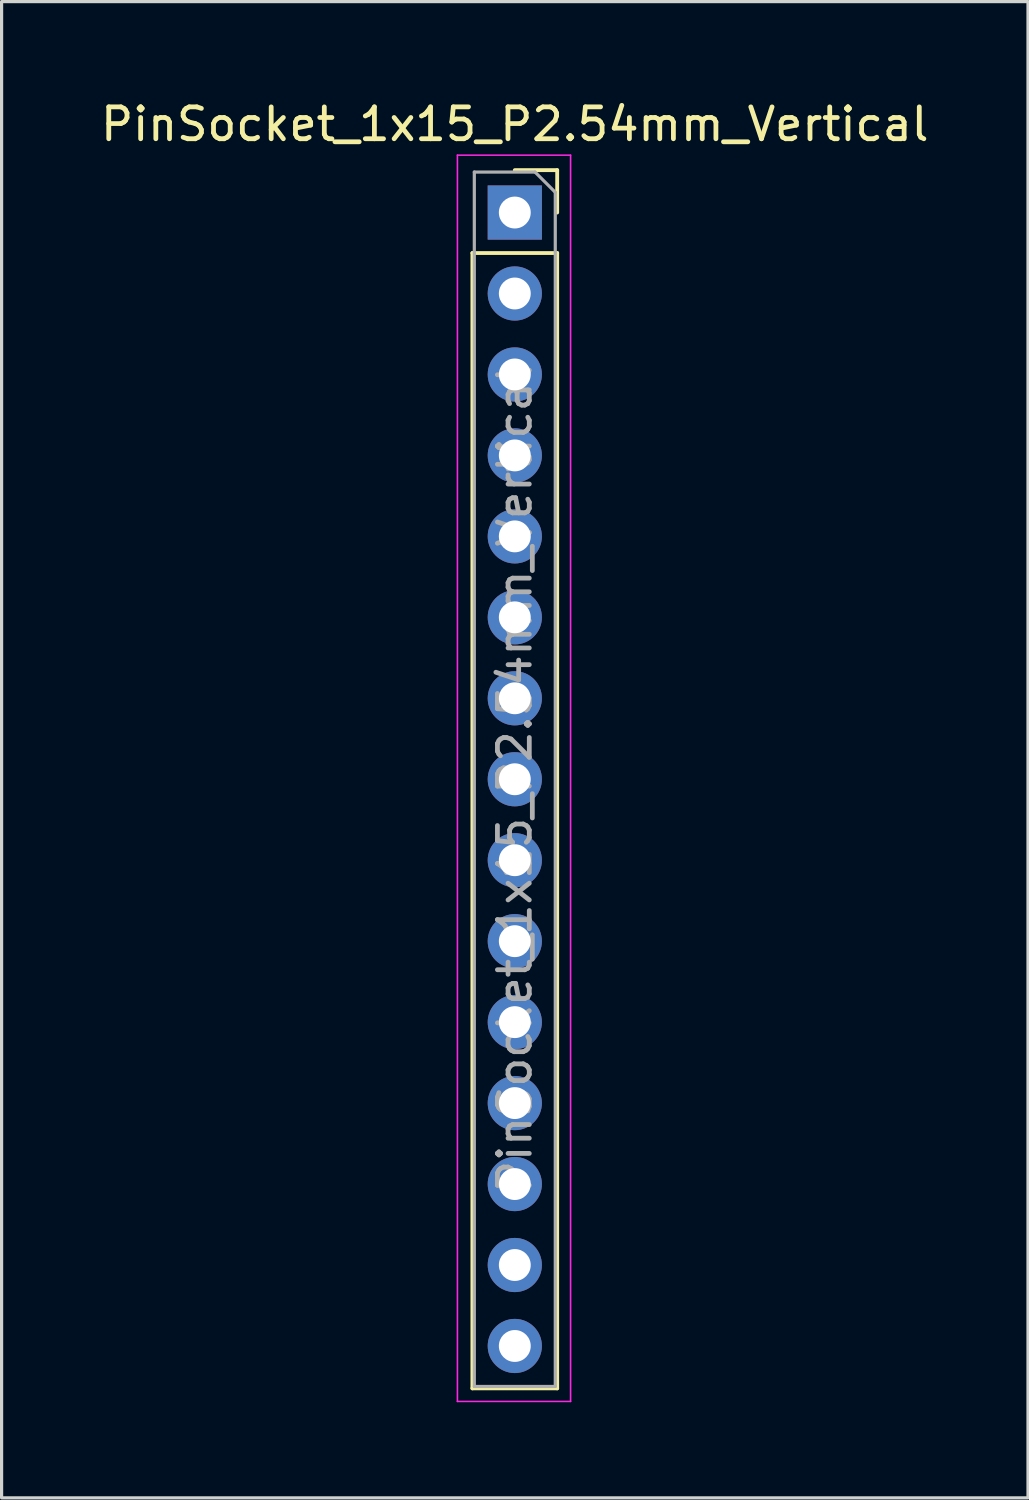
<source format=kicad_pcb>
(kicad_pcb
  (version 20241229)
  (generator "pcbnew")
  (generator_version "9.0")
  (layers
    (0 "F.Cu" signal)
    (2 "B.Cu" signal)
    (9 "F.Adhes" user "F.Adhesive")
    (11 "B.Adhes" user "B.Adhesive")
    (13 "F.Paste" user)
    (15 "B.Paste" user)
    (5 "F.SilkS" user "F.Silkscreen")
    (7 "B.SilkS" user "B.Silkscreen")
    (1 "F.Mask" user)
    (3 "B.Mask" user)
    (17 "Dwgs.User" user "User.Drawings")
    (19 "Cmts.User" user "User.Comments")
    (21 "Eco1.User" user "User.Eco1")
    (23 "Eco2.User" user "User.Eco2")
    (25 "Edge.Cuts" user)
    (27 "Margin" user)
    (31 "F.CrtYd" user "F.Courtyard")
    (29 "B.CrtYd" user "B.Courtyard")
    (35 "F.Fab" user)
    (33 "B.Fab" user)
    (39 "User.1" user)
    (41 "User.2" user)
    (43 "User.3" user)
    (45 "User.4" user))
  (footprint "PinSocket_1x15_P2.54mm_Vertical"
    (layer "F.Cu")
    (at 13.101 3.618)
    (property "Reference" "PinSocket_1x15_P2.54mm_Vertical" (at 0 -2.77 0) (layer "F.SilkS") (effects (font (size 1 1) (thickness 0.15))))
    (attr through_hole)
    (fp_line (start -1.33 1.27) (end -1.33 36.89) (stroke (width 0.12) (type solid)) (layer "F.SilkS"))
    (fp_line (start -1.33 1.27) (end 1.33 1.27) (stroke (width 0.12) (type solid)) (layer "F.SilkS"))
    (fp_line (start -1.33 36.89) (end 1.33 36.89) (stroke (width 0.12) (type solid)) (layer "F.SilkS"))
    (fp_line (start 0 -1.33) (end 1.33 -1.33) (stroke (width 0.12) (type solid)) (layer "F.SilkS"))
    (fp_line (start 1.33 -1.33) (end 1.33 0) (stroke (width 0.12) (type solid)) (layer "F.SilkS"))
    (fp_line (start 1.33 1.27) (end 1.33 36.89) (stroke (width 0.12) (type solid)) (layer "F.SilkS"))
    (fp_line (start -1.8 -1.8) (end 1.75 -1.8) (stroke (width 0.05) (type solid)) (layer "F.CrtYd"))
    (fp_line (start -1.8 37.3) (end -1.8 -1.8) (stroke (width 0.05) (type solid)) (layer "F.CrtYd"))
    (fp_line (start 1.75 -1.8) (end 1.75 37.3) (stroke (width 0.05) (type solid)) (layer "F.CrtYd"))
    (fp_line (start 1.75 37.3) (end -1.8 37.3) (stroke (width 0.05) (type solid)) (layer "F.CrtYd"))
    (fp_line (start -1.27 -1.27) (end 0.635 -1.27) (stroke (width 0.1) (type solid)) (layer "F.Fab"))
    (fp_line (start -1.27 36.83) (end -1.27 -1.27) (stroke (width 0.1) (type solid)) (layer "F.Fab"))
    (fp_line (start 0.635 -1.27) (end 1.27 -0.635) (stroke (width 0.1) (type solid)) (layer "F.Fab"))
    (fp_line (start 1.27 -0.635) (end 1.27 36.83) (stroke (width 0.1) (type solid)) (layer "F.Fab"))
    (fp_line (start 1.27 36.83) (end -1.27 36.83) (stroke (width 0.1) (type solid)) (layer "F.Fab"))
    (fp_text user "${REFERENCE}" (at 0 17.78 90) (layer "F.Fab") (effects (font (size 1 1) (thickness 0.15))))
    (pad "1" thru_hole rect (at 0 0) (size 1.7 1.7) (drill 1) (layers "*.Cu" "*.Mask"))
    (pad "2" thru_hole oval (at 0 2.54) (size 1.7 1.7) (drill 1) (layers "*.Cu" "*.Mask"))
    (pad "3" thru_hole oval (at 0 5.08) (size 1.7 1.7) (drill 1) (layers "*.Cu" "*.Mask"))
    (pad "4" thru_hole oval (at 0 7.62) (size 1.7 1.7) (drill 1) (layers "*.Cu" "*.Mask"))
    (pad "5" thru_hole oval (at 0 10.16) (size 1.7 1.7) (drill 1) (layers "*.Cu" "*.Mask"))
    (pad "6" thru_hole oval (at 0 12.7) (size 1.7 1.7) (drill 1) (layers "*.Cu" "*.Mask"))
    (pad "7" thru_hole oval (at 0 15.24) (size 1.7 1.7) (drill 1) (layers "*.Cu" "*.Mask"))
    (pad "8" thru_hole oval (at 0 17.78) (size 1.7 1.7) (drill 1) (layers "*.Cu" "*.Mask"))
    (pad "9" thru_hole oval (at 0 20.32) (size 1.7 1.7) (drill 1) (layers "*.Cu" "*.Mask"))
    (pad "10" thru_hole oval (at 0 22.86) (size 1.7 1.7) (drill 1) (layers "*.Cu" "*.Mask"))
    (pad "11" thru_hole oval (at 0 25.4) (size 1.7 1.7) (drill 1) (layers "*.Cu" "*.Mask"))
    (pad "12" thru_hole oval (at 0 27.94) (size 1.7 1.7) (drill 1) (layers "*.Cu" "*.Mask"))
    (pad "13" thru_hole oval (at 0 30.48) (size 1.7 1.7) (drill 1) (layers "*.Cu" "*.Mask"))
    (pad "14" thru_hole oval (at 0 33.02) (size 1.7 1.7) (drill 1) (layers "*.Cu" "*.Mask"))
    (pad "15" thru_hole oval (at 0 35.56) (size 1.7 1.7) (drill 1) (layers "*.Cu" "*.Mask")))
  (gr_rect
    (start -3 -3)
    (end 29.202 43.943)
    (stroke (width 0.1) (type default))
    (fill no)
    (layer "Edge.Cuts")))
</source>
